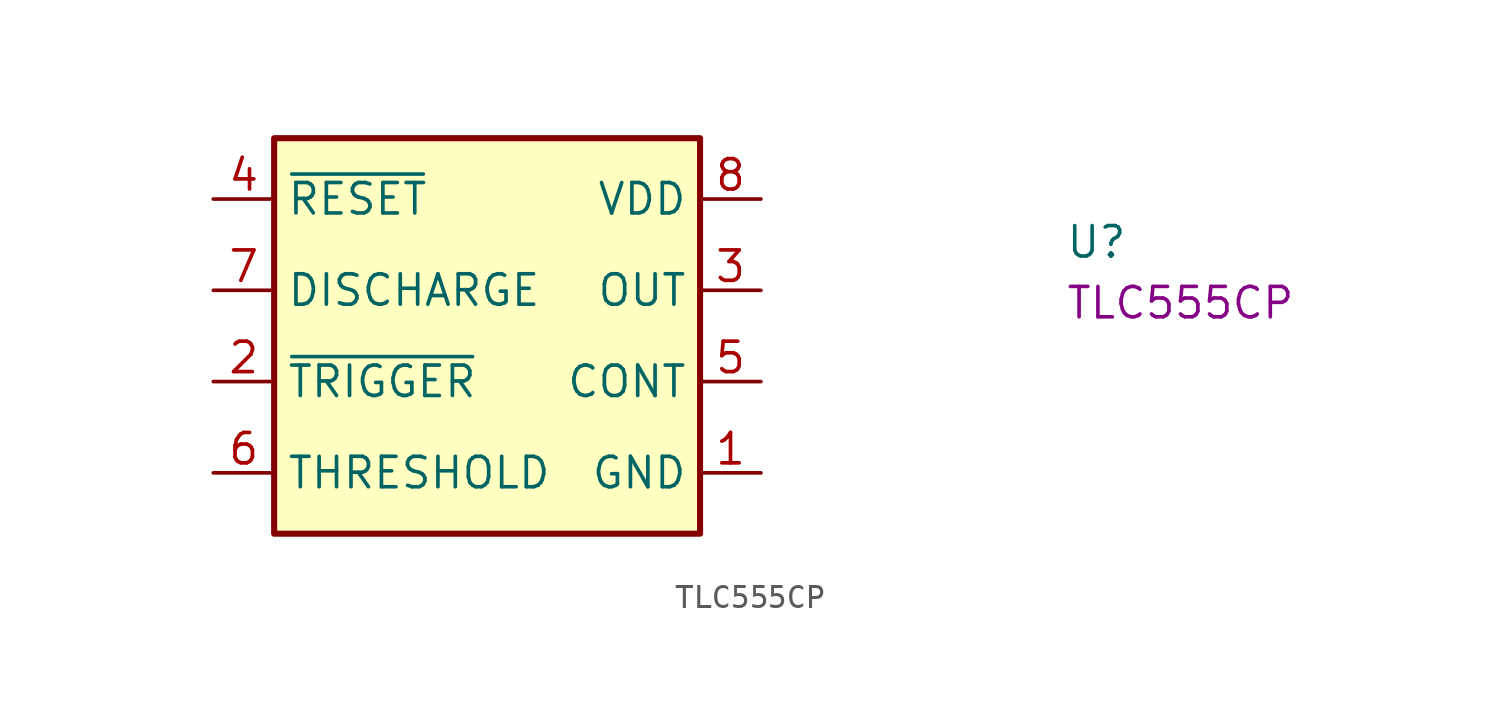
<source format=kicad_sym>
(kicad_symbol_lib
  (version 20220914)
  (generator kicad_symbol_editor)
  (symbol "TLC555CP"
    (property "Reference" "U"
      (at 35.56 -2.54 0)
      (effects (font (size 1.27 1.27) (thickness 0.15)) (justify left bottom)))
    (property "MPN" "TLC555CP"
      (at 35.56 -5.08 0)
      (effects (font (size 1.27 1.27) (thickness 0.15)) (justify left bottom)))
    (symbol "TLC555CP_1_1"
      (rectangle (start 2.54 2.54) (end 20.32 -13.97) (stroke (width 0.254) (type default)) (fill (type background)))
      (pin power_in line (at 22.86 -11.43 180) (length 2.54) (name "GND" (effects (font (size 1.27 1.27)))) (number "1" (effects (font (size 1.27 1.27)))))
      (pin input line (at 0 -7.62 0) (length 2.54) (name "~{TRIGGER}" (effects (font (size 1.27 1.27)))) (number "2" (effects (font (size 1.27 1.27)))))
      (pin output line (at 22.86 -3.81 180) (length 2.54) (name "OUT" (effects (font (size 1.27 1.27)))) (number "3" (effects (font (size 1.27 1.27)))))
      (pin input line (at 0 0 0) (length 2.54) (name "~{RESET}" (effects (font (size 1.27 1.27)))) (number "4" (effects (font (size 1.27 1.27)))))
      (pin input line (at 22.86 -7.62 180) (length 2.54) (name "CONT" (effects (font (size 1.27 1.27)))) (number "5" (effects (font (size 1.27 1.27)))))
      (pin input line (at 0 -11.43 0) (length 2.54) (name "THRESHOLD" (effects (font (size 1.27 1.27)))) (number "6" (effects (font (size 1.27 1.27)))))
      (pin output line (at 0 -3.81 0) (length 2.54) (name "DISCHARGE" (effects (font (size 1.27 1.27)))) (number "7" (effects (font (size 1.27 1.27)))))
      (pin power_in line (at 22.86 0 180) (length 2.54) (name "VDD" (effects (font (size 1.27 1.27)))) (number "8" (effects (font (size 1.27 1.27))))))))
</source>
